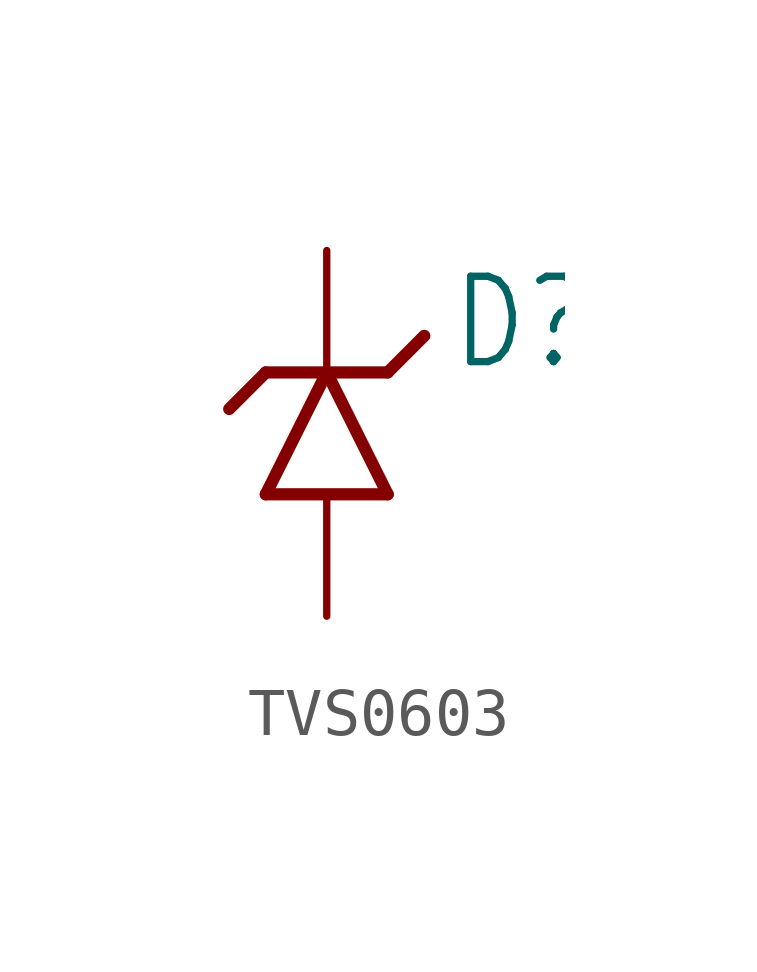
<source format=kicad_sym>
(kicad_symbol_lib
  (version 20220914)
  (generator kicad_symbol_editor)
  (symbol "TVS0603"
    (property "Reference" "D"
      (at 2.54 0 0)
      (effects (font (size 1.778 1.511)) (justify left bottom)))
    (property "Value" ""
      (at 2.54 -2.54 0)
      (effects (font (size 1.778 1.511)) (justify left bottom)))
    (property "ki_locked" ""
      (at 0 0 0)
      (effects (font (size 1.27 1.27))))
    (symbol "TVS0603_1_0"
      (polyline (pts (xy -1.27 -2.54) (xy 1.27 -2.54)) (stroke (width 0.254) (type solid)) (fill (type none)))
      (polyline (pts (xy -1.27 0) (xy -2.032 -0.762)) (stroke (width 0.254) (type solid)) (fill (type none)))
      (polyline (pts (xy 0 0) (xy -1.27 -2.54)) (stroke (width 0.254) (type solid)) (fill (type none)))
      (polyline (pts (xy 0 0) (xy -1.27 0)) (stroke (width 0.254) (type solid)) (fill (type none)))
      (polyline (pts (xy 1.27 -2.54) (xy 0 0)) (stroke (width 0.254) (type solid)) (fill (type none)))
      (polyline (pts (xy 1.27 0) (xy 0 0)) (stroke (width 0.254) (type solid)) (fill (type none)))
      (polyline (pts (xy 2.032 0.762) (xy 1.27 0)) (stroke (width 0.254) (type solid)) (fill (type none)))
      (pin passive line (at 0 -5.08 90) (length 2.54) (name "A" (effects (font (size 0 0)))) (number "1" (effects (font (size 0 0)))))
      (pin passive line (at 0 2.54 270) (length 2.54) (name "C" (effects (font (size 0 0)))) (number "2" (effects (font (size 0 0))))))))
</source>
